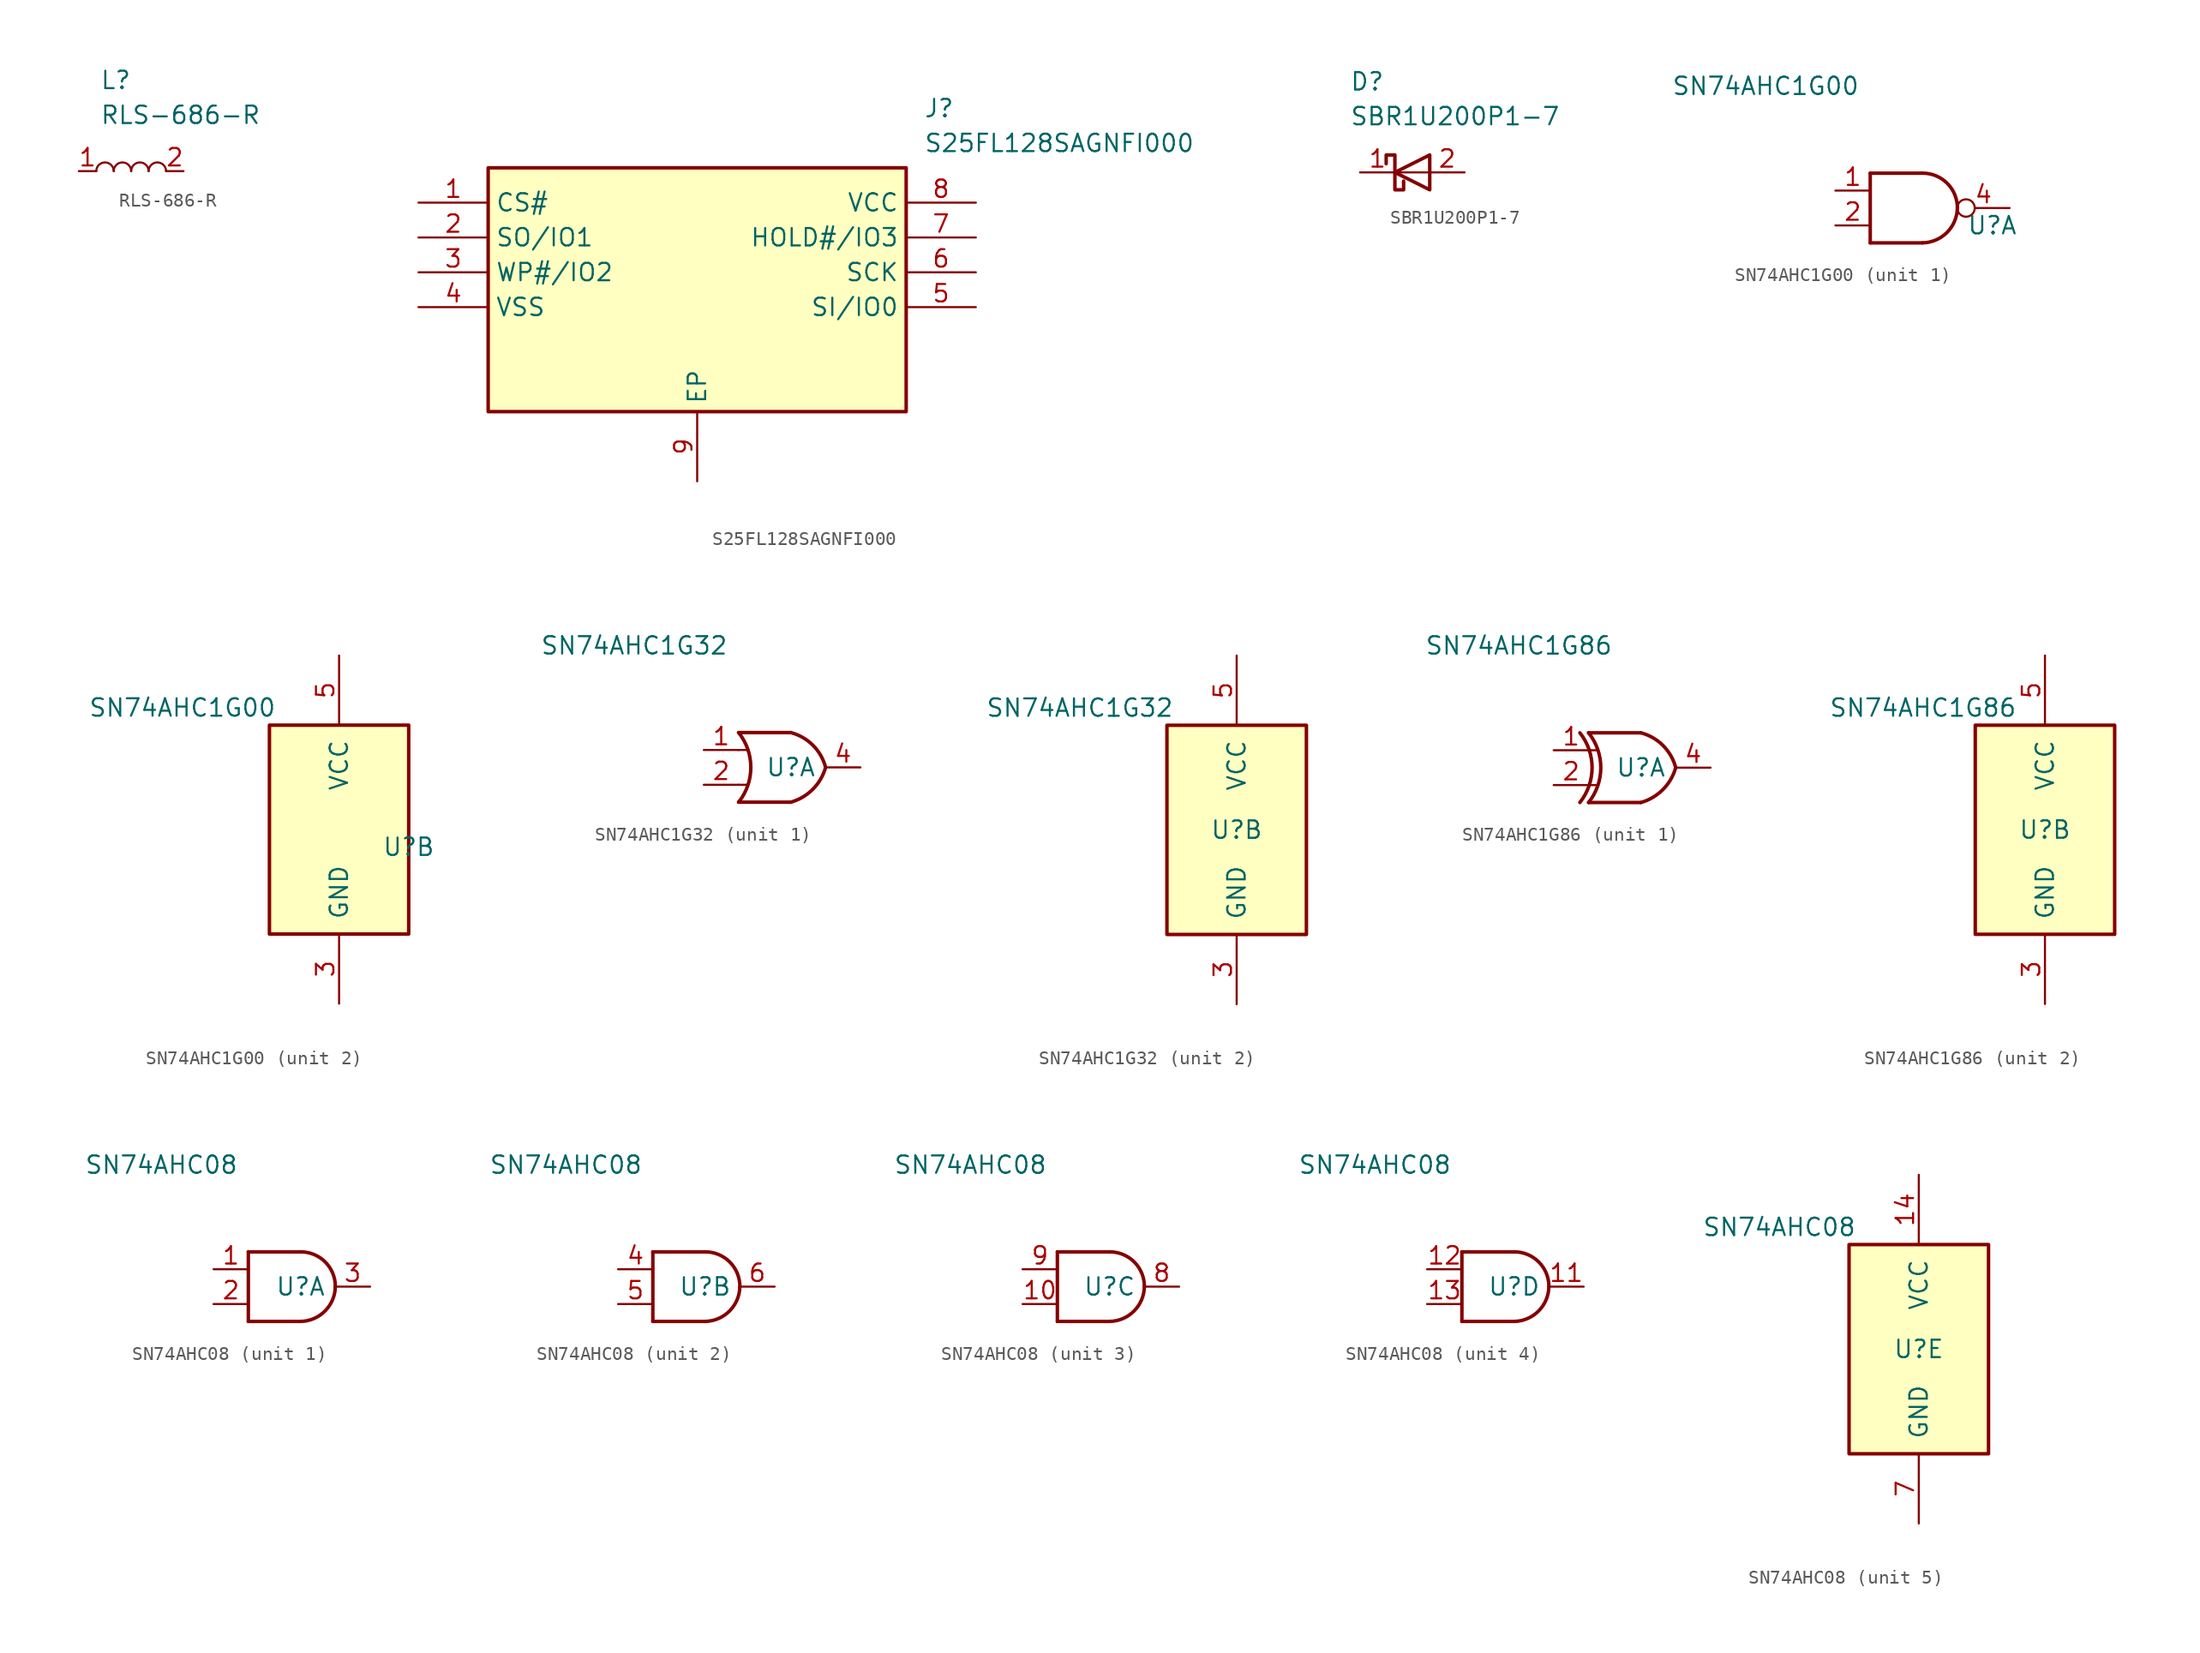
<source format=kicad_sym>
(kicad_symbol_lib
  (version 20241209)
  (generator "kicad_symbol_editor")
  (generator_version "9.0")
  (symbol "RLS-686-R"
    (property "Reference" "L"
      (at 5.334 7.366 0)
      (effects (font (size 1.27 1.27)) (justify left top)))
    (property "Value" "RLS-686-R"
      (at 5.334 4.826 0)
      (effects (font (size 1.27 1.27)) (justify left top)))
    (symbol "RLS-686-R_0_1"
      (arc (start 5.08 0) (mid 5.715 0.6323) (end 6.35 0) (stroke (width 0) (type default)) (fill (type none)))
      (arc (start 6.35 0) (mid 6.985 0.6323) (end 7.62 0) (stroke (width 0) (type default)) (fill (type none)))
      (arc (start 7.62 0) (mid 8.255 0.6323) (end 8.89 0) (stroke (width 0) (type default)) (fill (type none)))
      (arc (start 8.89 0) (mid 9.525 0.6323) (end 10.16 0) (stroke (width 0) (type default)) (fill (type none))))
    (symbol "RLS-686-R_1_1"
      (pin passive line (at 3.81 0 0) (length 1.27) (name "" (effects (font (size 1.27 1.27)))) (number "1" (effects (font (size 1.27 1.27)))))
      (pin passive line (at 11.43 0 180) (length 1.27) (name "" (effects (font (size 1.27 1.27)))) (number "2" (effects (font (size 1.27 1.27)))))))
  (symbol "S25FL128SAGNFI000"
    (property "Reference" "J"
      (at 36.83 7.62 0)
      (effects (font (size 1.27 1.27)) (justify left top)))
    (property "Value" "S25FL128SAGNFI000"
      (at 36.83 5.08 0)
      (effects (font (size 1.27 1.27)) (justify left top)))
    (symbol "S25FL128SAGNFI000_1_1"
      (rectangle (start 5.08 2.54) (end 35.56 -15.24) (stroke (width 0.254) (type default)) (fill (type background)))
      (pin passive line (at 0 0 0) (length 5.08) (name "CS#" (effects (font (size 1.27 1.27)))) (number "1" (effects (font (size 1.27 1.27)))))
      (pin passive line (at 0 -2.54 0) (length 5.08) (name "SO/IO1" (effects (font (size 1.27 1.27)))) (number "2" (effects (font (size 1.27 1.27)))))
      (pin passive line (at 0 -5.08 0) (length 5.08) (name "WP#/IO2" (effects (font (size 1.27 1.27)))) (number "3" (effects (font (size 1.27 1.27)))))
      (pin passive line (at 0 -7.62 0) (length 5.08) (name "VSS" (effects (font (size 1.27 1.27)))) (number "4" (effects (font (size 1.27 1.27)))))
      (pin passive line (at 20.32 -20.32 90) (length 5.08) (name "EP" (effects (font (size 1.27 1.27)))) (number "9" (effects (font (size 1.27 1.27)))))
      (pin passive line (at 40.64 0 180) (length 5.08) (name "VCC" (effects (font (size 1.27 1.27)))) (number "8" (effects (font (size 1.27 1.27)))))
      (pin passive line (at 40.64 -2.54 180) (length 5.08) (name "HOLD#/IO3" (effects (font (size 1.27 1.27)))) (number "7" (effects (font (size 1.27 1.27)))))
      (pin passive line (at 40.64 -5.08 180) (length 5.08) (name "SCK" (effects (font (size 1.27 1.27)))) (number "6" (effects (font (size 1.27 1.27)))))
      (pin passive line (at 40.64 -7.62 180) (length 5.08) (name "SI/IO0" (effects (font (size 1.27 1.27)))) (number "5" (effects (font (size 1.27 1.27)))))))
  (symbol "SBR1U200P1-7"
    (pin_names
      (hide yes))
    (property "Reference" "D"
      (at -4.572 7.366 0)
      (effects (font (size 1.27 1.27)) (justify left top)))
    (property "Value" "SBR1U200P1-7"
      (at -4.572 4.826 0)
      (effects (font (size 1.27 1.27)) (justify left top)))
    (symbol "SBR1U200P1-7_0_1"
      (polyline (pts (xy -1.905 0.635) (xy -1.905 1.27) (xy -1.27 1.27) (xy -1.27 -1.27) (xy -0.635 -1.27) (xy -0.635 -0.635)) (stroke (width 0.254) (type default)) (fill (type none)))
      (polyline (pts (xy 1.27 1.27) (xy 1.27 -1.27) (xy -1.27 0) (xy 1.27 1.27)) (stroke (width 0.254) (type default)) (fill (type none)))
      (polyline (pts (xy 1.27 0) (xy -1.27 0)) (stroke (width 0) (type default)) (fill (type none))))
    (symbol "SBR1U200P1-7_1_1"
      (pin passive line (at -3.81 0 0) (length 2.54) (name "K" (effects (font (size 1.27 1.27)))) (number "1" (effects (font (size 1.27 1.27)))))
      (pin passive line (at 3.81 0 180) (length 2.54) (name "A" (effects (font (size 1.27 1.27)))) (number "2" (effects (font (size 1.27 1.27)))))))
  (symbol "SN74AHC1G00"
    (pin_names
      (offset 1.016))
    (property "Reference" "U"
      (at 5.08 -1.27 0)
      (effects (font (size 1.27 1.27))))
    (property "Value" "SN74AHC1G00"
      (at -11.43 8.89 0)
      (effects (font (size 1.27 1.27))))
    (symbol "SN74AHC1G00_1_1"
      (polyline (pts (xy -3.81 2.54) (xy -3.81 -2.54)) (stroke (width 0.254) (type solid)) (fill (type none)))
      (arc (start 2.54 0) (mid 1.7834 -1.7834) (end 0 -2.54) (stroke (width 0.254) (type solid)) (fill (type none)))
      (polyline (pts (xy 0 2.54) (xy -3.81 2.54)) (stroke (width 0.254) (type solid)) (fill (type background)))
      (polyline (pts (xy 0 -2.54) (xy -3.81 -2.54)) (stroke (width 0.254) (type solid)) (fill (type background)))
      (arc (start 0 2.54) (mid 1.8013 1.8013) (end 2.54 0) (stroke (width 0.254) (type solid)) (fill (type none)))
      (pin input line (at -6.35 1.27 0) (length 2.54) (name "~" (effects (font (size 1.27 1.27)))) (number "1" (effects (font (size 1.27 1.27)))))
      (pin input line (at -6.35 -1.27 0) (length 2.54) (name "~" (effects (font (size 1.27 1.27)))) (number "2" (effects (font (size 1.27 1.27)))))
      (pin output inverted (at 6.35 0 180) (length 3.81) (name "~" (effects (font (size 1.27 1.27)))) (number "4" (effects (font (size 1.27 1.27))))))
    (symbol "SN74AHC1G00_2_1"
      (rectangle (start -5.08 7.62) (end 5.08 -7.62) (stroke (width 0.254) (type solid)) (fill (type background)))
      (pin power_in line (at 0 12.7 270) (length 5.08) (name "VCC" (effects (font (size 1.27 1.27)))) (number "5" (effects (font (size 1.27 1.27)))))
      (pin power_in line (at 0 -12.7 90) (length 5.08) (name "GND" (effects (font (size 1.27 1.27)))) (number "3" (effects (font (size 1.27 1.27)))))))
  (symbol "SN74AHC1G32"
    (pin_names
      (offset 1.016))
    (property "Reference" "U"
      (at 0 0 0)
      (effects (font (size 1.27 1.27))))
    (property "Value" "SN74AHC1G32"
      (at -11.43 8.89 0)
      (effects (font (size 1.27 1.27))))
    (property "ki_locked" ""
      (at 0 0 0)
      (effects (font (size 1.27 1.27))))
    (symbol "SN74AHC1G32_1_1"
      (arc (start -3.81 2.54) (mid -2.919 0) (end -3.81 -2.54) (stroke (width 0.254) (type solid)) (fill (type none)))
      (polyline (pts (xy -3.81 1.27) (xy -3.175 1.27)) (stroke (width 0) (type solid)) (fill (type none)))
      (polyline (pts (xy -3.81 -1.27) (xy -3.175 -1.27)) (stroke (width 0) (type solid)) (fill (type none)))
      (arc (start 2.54 0) (mid 1.601 -1.601) (end 0 -2.54) (stroke (width 0.254) (type solid)) (fill (type none)))
      (arc (start 0 2.54) (mid 1.6136 1.6136) (end 2.54 0) (stroke (width 0.254) (type solid)) (fill (type none)))
      (polyline (pts (xy 0 2.54) (xy -3.81 2.54)) (stroke (width 0.254) (type solid)) (fill (type background)))
      (polyline (pts (xy 0 -2.54) (xy -3.81 -2.54)) (stroke (width 0.254) (type solid)) (fill (type background)))
      (pin input line (at -6.35 1.27 0) (length 2.54) (name "~" (effects (font (size 1.27 1.27)))) (number "1" (effects (font (size 1.27 1.27)))))
      (pin input line (at -6.35 -1.27 0) (length 2.54) (name "~" (effects (font (size 1.27 1.27)))) (number "2" (effects (font (size 1.27 1.27)))))
      (pin output line (at 5.08 0 180) (length 2.54) (name "~" (effects (font (size 1.27 1.27)))) (number "4" (effects (font (size 1.27 1.27))))))
    (symbol "SN74AHC1G32_2_1"
      (rectangle (start -5.08 7.62) (end 5.08 -7.62) (stroke (width 0.254) (type solid)) (fill (type background)))
      (pin power_in line (at 0 12.7 270) (length 5.08) (name "VCC" (effects (font (size 1.27 1.27)))) (number "5" (effects (font (size 1.27 1.27)))))
      (pin power_in line (at 0 -12.7 90) (length 5.08) (name "GND" (effects (font (size 1.27 1.27)))) (number "3" (effects (font (size 1.27 1.27)))))))
  (symbol "SN74AHC1G86"
    (pin_names
      (offset 1.016))
    (property "Reference" "U"
      (at 0 0 0)
      (effects (font (size 1.27 1.27))))
    (property "Value" "SN74AHC1G86"
      (at -8.89 8.89 0)
      (effects (font (size 1.27 1.27))))
    (property "ki_locked" ""
      (at 0 0 0)
      (effects (font (size 1.27 1.27))))
    (symbol "SN74AHC1G86_1_1"
      (arc (start -4.445 2.54) (mid -3.554 0) (end -4.445 -2.54) (stroke (width 0.254) (type solid)) (fill (type none)))
      (arc (start -3.81 2.54) (mid -2.919 0) (end -3.81 -2.54) (stroke (width 0.254) (type solid)) (fill (type none)))
      (polyline (pts (xy -3.81 1.27) (xy -3.175 1.27)) (stroke (width 0) (type solid)) (fill (type none)))
      (polyline (pts (xy -3.81 -1.27) (xy -3.175 -1.27)) (stroke (width 0) (type solid)) (fill (type none)))
      (arc (start 2.54 0) (mid 1.601 -1.601) (end 0 -2.54) (stroke (width 0.254) (type solid)) (fill (type none)))
      (arc (start 0 2.54) (mid 1.6136 1.6136) (end 2.54 0) (stroke (width 0.254) (type solid)) (fill (type none)))
      (polyline (pts (xy 0 2.54) (xy -3.81 2.54)) (stroke (width 0.254) (type solid)) (fill (type background)))
      (polyline (pts (xy 0 -2.54) (xy -3.81 -2.54)) (stroke (width 0.254) (type solid)) (fill (type background)))
      (pin input line (at -6.35 1.27 0) (length 2.54) (name "~" (effects (font (size 1.27 1.27)))) (number "1" (effects (font (size 1.27 1.27)))))
      (pin input line (at -6.35 -1.27 0) (length 2.54) (name "~" (effects (font (size 1.27 1.27)))) (number "2" (effects (font (size 1.27 1.27)))))
      (pin output line (at 5.08 0 180) (length 2.54) (name "~" (effects (font (size 1.27 1.27)))) (number "4" (effects (font (size 1.27 1.27))))))
    (symbol "SN74AHC1G86_2_1"
      (rectangle (start -5.08 7.62) (end 5.08 -7.62) (stroke (width 0.254) (type solid)) (fill (type background)))
      (pin power_in line (at 0 12.7 270) (length 5.08) (name "VCC" (effects (font (size 1.27 1.27)))) (number "5" (effects (font (size 1.27 1.27)))))
      (pin power_in line (at 0 -12.7 90) (length 5.08) (name "GND" (effects (font (size 1.27 1.27)))) (number "3" (effects (font (size 1.27 1.27)))))))
  (symbol "SN74AHC08"
    (pin_names
      (offset 1.016))
    (property "Reference" "U"
      (at 0 0 0)
      (effects (font (size 1.27 1.27))))
    (property "Value" "SN74AHC08"
      (at -10.16 8.89 0)
      (effects (font (size 1.27 1.27))))
    (property "ki_locked" ""
      (at 0 0 0)
      (effects (font (size 1.27 1.27))))
    (symbol "SN74AHC08_1_1"
      (polyline (pts (xy -3.81 2.54) (xy -3.81 -2.54)) (stroke (width 0.254) (type solid)) (fill (type none)))
      (arc (start 2.54 0) (mid 1.7834 -1.7834) (end 0 -2.54) (stroke (width 0.254) (type solid)) (fill (type none)))
      (polyline (pts (xy 0 2.54) (xy -3.81 2.54)) (stroke (width 0.254) (type solid)) (fill (type background)))
      (polyline (pts (xy 0 -2.54) (xy -3.81 -2.54)) (stroke (width 0.254) (type solid)) (fill (type background)))
      (arc (start 0 2.54) (mid 1.8013 1.8013) (end 2.54 0) (stroke (width 0.254) (type solid)) (fill (type none)))
      (pin input line (at -6.35 1.27 0) (length 2.54) (name "~" (effects (font (size 1.27 1.27)))) (number "1" (effects (font (size 1.27 1.27)))))
      (pin input line (at -6.35 -1.27 0) (length 2.54) (name "~" (effects (font (size 1.27 1.27)))) (number "2" (effects (font (size 1.27 1.27)))))
      (pin output line (at 5.08 0 180) (length 2.54) (name "~" (effects (font (size 1.27 1.27)))) (number "3" (effects (font (size 1.27 1.27))))))
    (symbol "SN74AHC08_2_1"
      (polyline (pts (xy -3.81 2.54) (xy -3.81 -2.54)) (stroke (width 0.254) (type solid)) (fill (type none)))
      (arc (start 2.54 0) (mid 1.7834 -1.7834) (end 0 -2.54) (stroke (width 0.254) (type solid)) (fill (type none)))
      (polyline (pts (xy 0 2.54) (xy -3.81 2.54)) (stroke (width 0.254) (type solid)) (fill (type background)))
      (polyline (pts (xy 0 -2.54) (xy -3.81 -2.54)) (stroke (width 0.254) (type solid)) (fill (type background)))
      (arc (start 0 2.54) (mid 1.8013 1.8013) (end 2.54 0) (stroke (width 0.254) (type solid)) (fill (type none)))
      (pin input line (at -6.35 1.27 0) (length 2.54) (name "~" (effects (font (size 1.27 1.27)))) (number "4" (effects (font (size 1.27 1.27)))))
      (pin input line (at -6.35 -1.27 0) (length 2.54) (name "~" (effects (font (size 1.27 1.27)))) (number "5" (effects (font (size 1.27 1.27)))))
      (pin output line (at 5.08 0 180) (length 2.54) (name "~" (effects (font (size 1.27 1.27)))) (number "6" (effects (font (size 1.27 1.27))))))
    (symbol "SN74AHC08_3_1"
      (polyline (pts (xy -3.81 2.54) (xy -3.81 -2.54)) (stroke (width 0.254) (type solid)) (fill (type none)))
      (arc (start 2.54 0) (mid 1.7834 -1.7834) (end 0 -2.54) (stroke (width 0.254) (type solid)) (fill (type none)))
      (polyline (pts (xy 0 2.54) (xy -3.81 2.54)) (stroke (width 0.254) (type solid)) (fill (type background)))
      (polyline (pts (xy 0 -2.54) (xy -3.81 -2.54)) (stroke (width 0.254) (type solid)) (fill (type background)))
      (arc (start 0 2.54) (mid 1.8013 1.8013) (end 2.54 0) (stroke (width 0.254) (type solid)) (fill (type none)))
      (pin input line (at -6.35 1.27 0) (length 2.54) (name "~" (effects (font (size 1.27 1.27)))) (number "9" (effects (font (size 1.27 1.27)))))
      (pin input line (at -6.35 -1.27 0) (length 2.54) (name "~" (effects (font (size 1.27 1.27)))) (number "10" (effects (font (size 1.27 1.27)))))
      (pin output line (at 5.08 0 180) (length 2.54) (name "~" (effects (font (size 1.27 1.27)))) (number "8" (effects (font (size 1.27 1.27))))))
    (symbol "SN74AHC08_4_1"
      (polyline (pts (xy -3.81 2.54) (xy -3.81 -2.54)) (stroke (width 0.254) (type solid)) (fill (type none)))
      (arc (start 2.54 0) (mid 1.7834 -1.7834) (end 0 -2.54) (stroke (width 0.254) (type solid)) (fill (type none)))
      (polyline (pts (xy 0 2.54) (xy -3.81 2.54)) (stroke (width 0.254) (type solid)) (fill (type background)))
      (polyline (pts (xy 0 -2.54) (xy -3.81 -2.54)) (stroke (width 0.254) (type solid)) (fill (type background)))
      (arc (start 0 2.54) (mid 1.8013 1.8013) (end 2.54 0) (stroke (width 0.254) (type solid)) (fill (type none)))
      (pin input line (at -6.35 1.27 0) (length 2.54) (name "~" (effects (font (size 1.27 1.27)))) (number "12" (effects (font (size 1.27 1.27)))))
      (pin input line (at -6.35 -1.27 0) (length 2.54) (name "~" (effects (font (size 1.27 1.27)))) (number "13" (effects (font (size 1.27 1.27)))))
      (pin output line (at 5.08 0 180) (length 2.54) (name "~" (effects (font (size 1.27 1.27)))) (number "11" (effects (font (size 1.27 1.27))))))
    (symbol "SN74AHC08_5_1"
      (rectangle (start -5.08 7.62) (end 5.08 -7.62) (stroke (width 0.254) (type solid)) (fill (type background)))
      (pin power_in line (at 0 12.7 270) (length 5.08) (name "VCC" (effects (font (size 1.27 1.27)))) (number "14" (effects (font (size 1.27 1.27)))))
      (pin power_in line (at 0 -12.7 90) (length 5.08) (name "GND" (effects (font (size 1.27 1.27)))) (number "7" (effects (font (size 1.27 1.27))))))))
</source>
